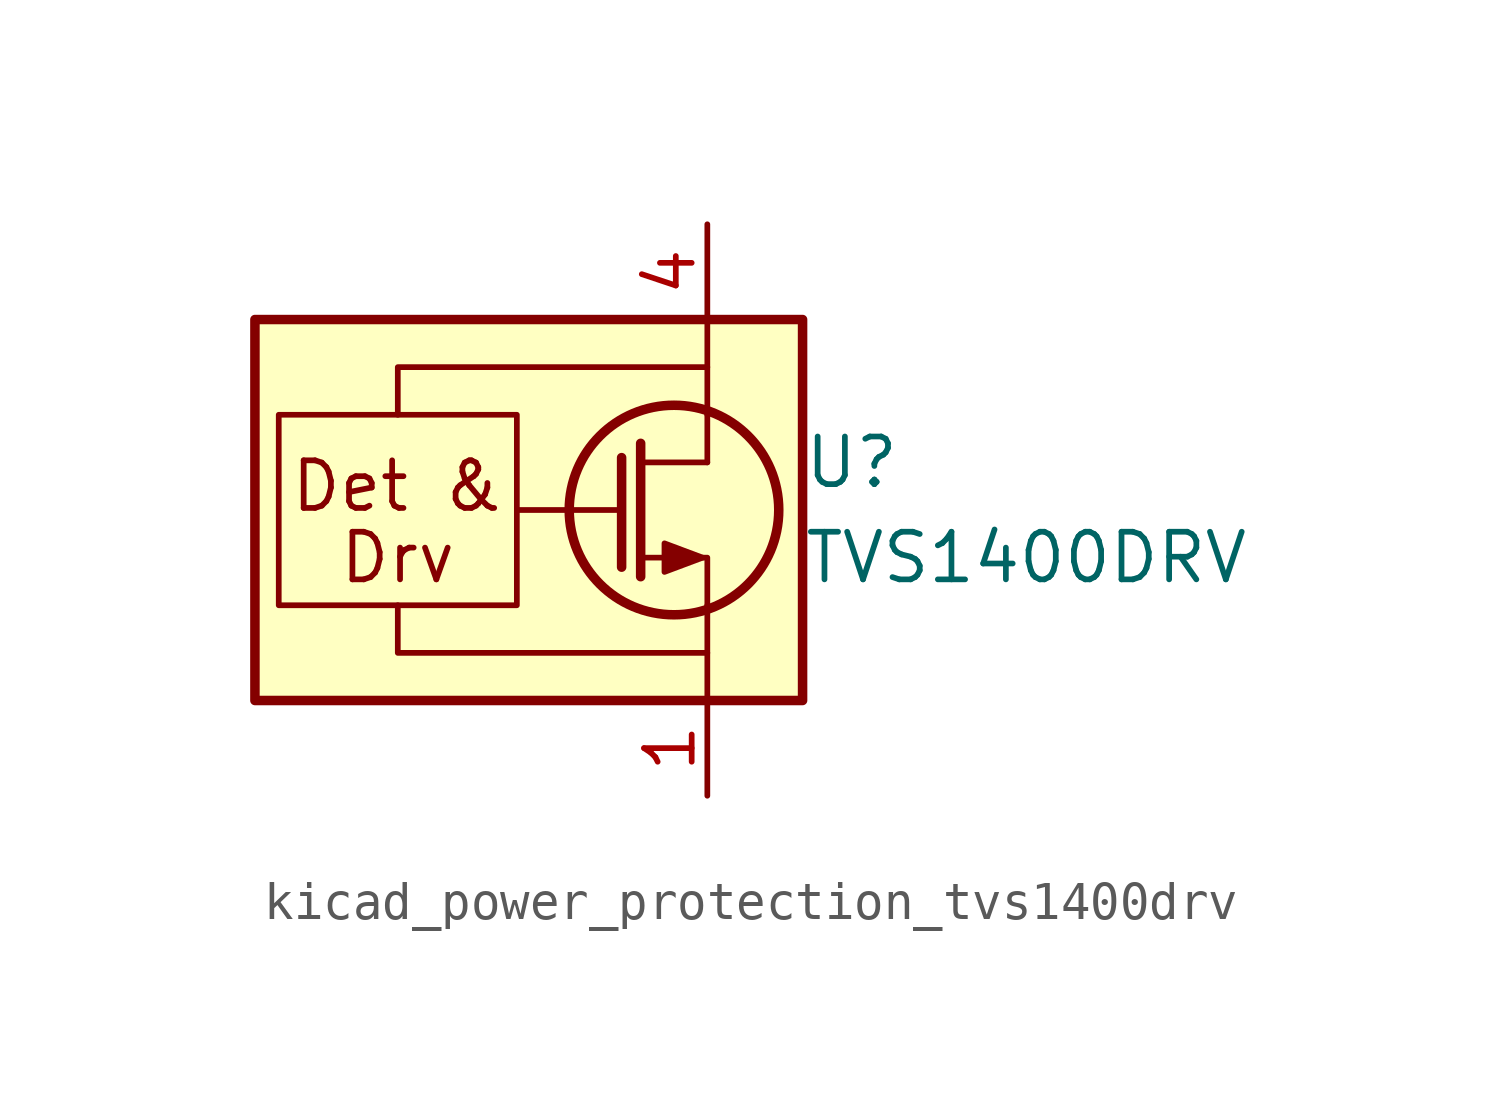
<source format=kicad_sym>
(kicad_symbol_lib
  (version 20220914)
  (generator kicad_symbol_editor)
  (symbol "kicad_power_protection_tvs1400drv"
    (pin_names
      (offset 0) hide)
    (property "Reference" "U"
      (at 2.54 1.27 0)
      (effects (font (size 1.27 1.27)) (justify left)))
    (property "Value" "TVS1400DRV"
      (at 2.54 -1.27 0)
      (effects (font (size 1.27 1.27)) (justify left)))
    (symbol "kicad_power_protection_tvs1400drv_0_0"
      (rectangle (start -11.43 2.54) (end -5.08 -2.54) (stroke (width 0) (type default)) (fill (type none)))
      (polyline (pts (xy 0 1.27) (xy -1.778 1.27)) (stroke (width 0) (type default)) (fill (type none)))
      (polyline (pts (xy -8.255 -2.54) (xy -8.255 -3.81) (xy 0 -3.81)) (stroke (width 0) (type default)) (fill (type none)))
      (polyline (pts (xy -8.255 2.54) (xy -8.255 3.81) (xy 0 3.81)) (stroke (width 0) (type default)) (fill (type none)))
      (text "Det &" (at -8.255 0.635 0) (effects (font (size 1.27 1.27))))
      (text "Drv" (at -8.255 -1.27 0) (effects (font (size 1.27 1.27)))))
    (symbol "kicad_power_protection_tvs1400drv_0_1"
      (rectangle (start -12.065 5.08) (end 2.54 -5.08) (stroke (width 0.254) (type default)) (fill (type background)))
      (circle (center -0.889 0) (radius 2.794) (stroke (width 0.254) (type default)) (fill (type none)))
      (polyline (pts (xy -2.286 0) (xy -5.08 0)) (stroke (width 0) (type default)) (fill (type none)))
      (polyline (pts (xy -2.286 1.397) (xy -2.286 -1.524)) (stroke (width 0.254) (type default)) (fill (type none)))
      (polyline (pts (xy -1.778 1.778) (xy -1.778 -1.778)) (stroke (width 0.254) (type default)) (fill (type none)))
      (polyline (pts (xy 0 -2.54) (xy 0 -5.08)) (stroke (width 0) (type default)) (fill (type none)))
      (polyline (pts (xy 0 2.54) (xy 0 1.27)) (stroke (width 0) (type default)) (fill (type none)))
      (polyline (pts (xy 0 5.08) (xy 0 2.54)) (stroke (width 0) (type default)) (fill (type none)))
      (polyline (pts (xy 0 -2.54) (xy 0 -1.27) (xy -1.778 -1.27)) (stroke (width 0) (type default)) (fill (type none)))
      (polyline (pts (xy -0.127 -1.27) (xy -1.143 -1.651) (xy -1.143 -0.889) (xy -0.127 -1.27)) (stroke (width 0) (type default)) (fill (type outline))))
    (symbol "kicad_power_protection_tvs1400drv_1_1"
      (pin power_in line (at 0 -7.62 90) (length 2.54) (name "GND" (effects (font (size 1.27 1.27)))) (number "1" (effects (font (size 1.27 1.27)))))
      (pin passive line (at 0 -7.62 90) (length 2.54) hide (name "GND" (effects (font (size 1.27 1.27)))) (number "2" (effects (font (size 1.27 1.27)))))
      (pin passive line (at 0 -7.62 90) (length 2.54) hide (name "GND" (effects (font (size 1.27 1.27)))) (number "3" (effects (font (size 1.27 1.27)))))
      (pin passive line (at 0 7.62 270) (length 2.54) (name "IN" (effects (font (size 1.27 1.27)))) (number "4" (effects (font (size 1.27 1.27)))))
      (pin passive line (at 0 7.62 270) (length 2.54) hide (name "IN" (effects (font (size 1.27 1.27)))) (number "5" (effects (font (size 1.27 1.27)))))
      (pin passive line (at 0 7.62 270) (length 2.54) hide (name "IN" (effects (font (size 1.27 1.27)))) (number "6" (effects (font (size 1.27 1.27)))))
      (pin passive line (at 0 -7.62 90) (length 2.54) hide (name "GND" (effects (font (size 1.27 1.27)))) (number "7" (effects (font (size 1.27 1.27))))))))
</source>
